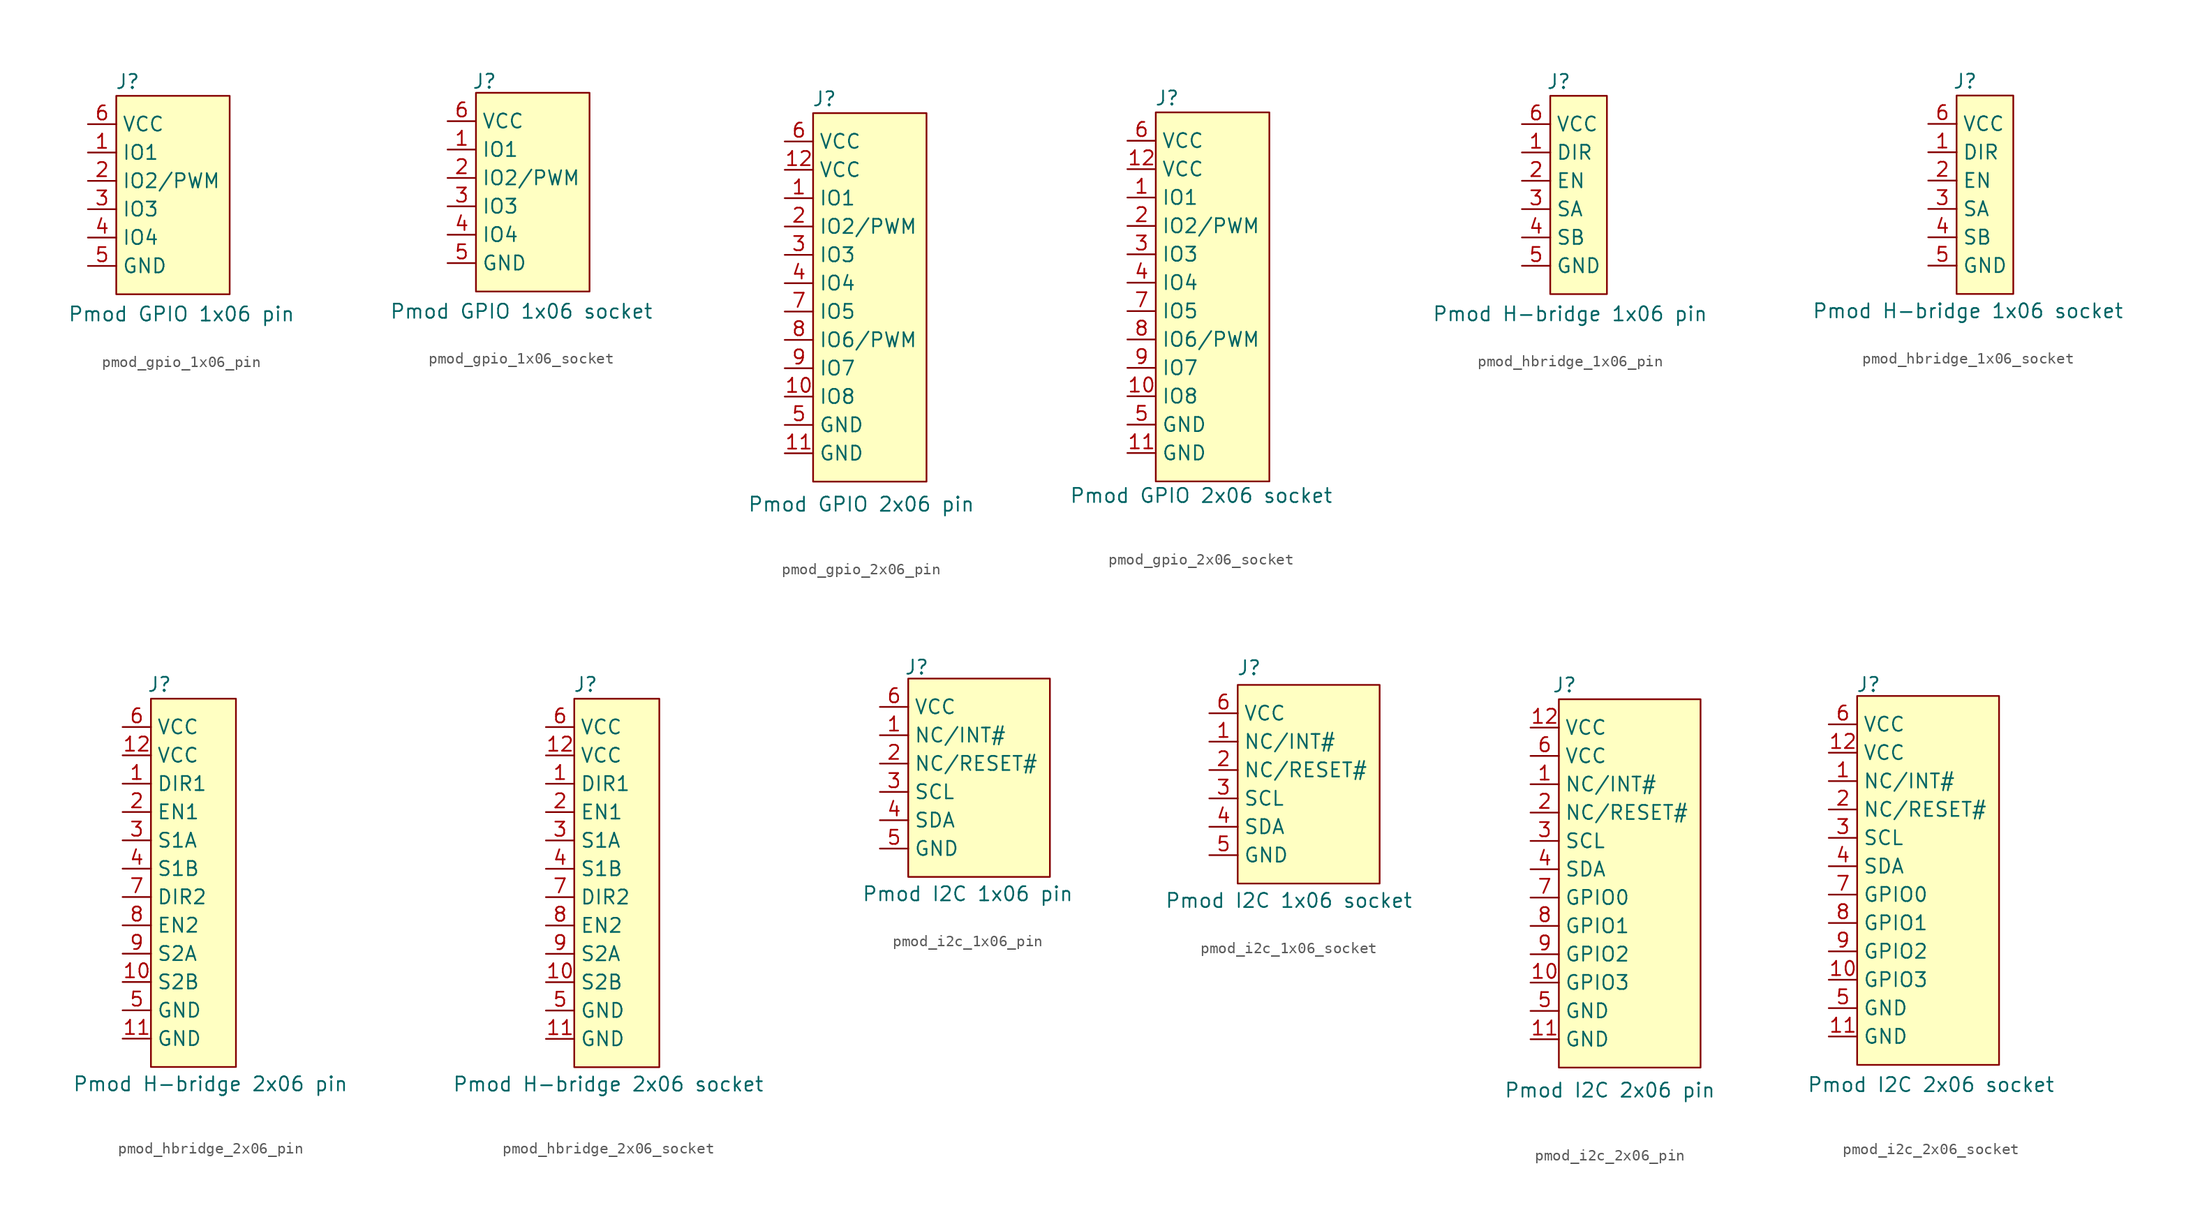
<source format=kicad_sym>
(kicad_symbol_lib
  (version 20241209)
  (generator "kicad_symbol_editor")
  (generator_version "9.0")
  (symbol "pmod_gpio_1x06_pin"
    (property "Reference" "J"
      (at 1.016 1.27 0)
      (effects (font (size 1.27 1.27))))
    (property "Value" "Pmod GPIO 1x06 pin"
      (at 5.842 -19.558 0)
      (effects (font (size 1.27 1.27))))
    (symbol "pmod_gpio_1x06_pin_1_1"
      (rectangle (start 0 0) (end 10.16 -17.78) (stroke (width 0) (type solid)) (fill (type background)))
      (pin power_in line (at -2.54 -2.54 0) (length 2.54) (name "VCC" (effects (font (size 1.27 1.27)))) (number "6" (effects (font (size 1.27 1.27)))))
      (pin bidirectional line (at -2.54 -5.08 0) (length 2.54) (name "IO1" (effects (font (size 1.27 1.27)))) (number "1" (effects (font (size 1.27 1.27)))))
      (pin bidirectional line (at -2.54 -7.62 0) (length 2.54) (name "IO2/PWM" (effects (font (size 1.27 1.27)))) (number "2" (effects (font (size 1.27 1.27)))))
      (pin bidirectional line (at -2.54 -10.16 0) (length 2.54) (name "IO3" (effects (font (size 1.27 1.27)))) (number "3" (effects (font (size 1.27 1.27)))))
      (pin bidirectional line (at -2.54 -12.7 0) (length 2.54) (name "IO4" (effects (font (size 1.27 1.27)))) (number "4" (effects (font (size 1.27 1.27)))))
      (pin power_in line (at -2.54 -15.24 0) (length 2.54) (name "GND" (effects (font (size 1.27 1.27)))) (number "5" (effects (font (size 1.27 1.27)))))))
  (symbol "pmod_gpio_1x06_socket"
    (property "Reference" "J"
      (at 0.762 1.016 0)
      (effects (font (size 1.27 1.27))))
    (property "Value" "Pmod GPIO 1x06 socket"
      (at 4.064 -19.558 0)
      (effects (font (size 1.27 1.27))))
    (symbol "pmod_gpio_1x06_socket_1_1"
      (rectangle (start 0 0) (end 10.16 -17.78) (stroke (width 0) (type solid)) (fill (type background)))
      (pin power_in line (at -2.54 -2.54 0) (length 2.54) (name "VCC" (effects (font (size 1.27 1.27)))) (number "6" (effects (font (size 1.27 1.27)))))
      (pin bidirectional line (at -2.54 -5.08 0) (length 2.54) (name "IO1" (effects (font (size 1.27 1.27)))) (number "1" (effects (font (size 1.27 1.27)))))
      (pin bidirectional line (at -2.54 -7.62 0) (length 2.54) (name "IO2/PWM" (effects (font (size 1.27 1.27)))) (number "2" (effects (font (size 1.27 1.27)))))
      (pin bidirectional line (at -2.54 -10.16 0) (length 2.54) (name "IO3" (effects (font (size 1.27 1.27)))) (number "3" (effects (font (size 1.27 1.27)))))
      (pin bidirectional line (at -2.54 -12.7 0) (length 2.54) (name "IO4" (effects (font (size 1.27 1.27)))) (number "4" (effects (font (size 1.27 1.27)))))
      (pin power_in line (at -2.54 -15.24 0) (length 2.54) (name "GND" (effects (font (size 1.27 1.27)))) (number "5" (effects (font (size 1.27 1.27)))))))
  (symbol "pmod_gpio_2x06_pin"
    (property "Reference" "J"
      (at 1.016 1.27 0)
      (effects (font (size 1.27 1.27))))
    (property "Value" "Pmod GPIO 2x06 pin"
      (at 4.318 -35.052 0)
      (effects (font (size 1.27 1.27))))
    (symbol "pmod_gpio_2x06_pin_1_1"
      (rectangle (start 0 0) (end 10.16 -33.02) (stroke (width 0) (type solid)) (fill (type background)))
      (pin power_in line (at -2.54 -2.54 0) (length 2.54) (name "VCC" (effects (font (size 1.27 1.27)))) (number "6" (effects (font (size 1.27 1.27)))))
      (pin power_in line (at -2.54 -5.08 0) (length 2.54) (name "VCC" (effects (font (size 1.27 1.27)))) (number "12" (effects (font (size 1.27 1.27)))))
      (pin bidirectional line (at -2.54 -7.62 0) (length 2.54) (name "IO1" (effects (font (size 1.27 1.27)))) (number "1" (effects (font (size 1.27 1.27)))))
      (pin bidirectional line (at -2.54 -10.16 0) (length 2.54) (name "IO2/PWM" (effects (font (size 1.27 1.27)))) (number "2" (effects (font (size 1.27 1.27)))))
      (pin bidirectional line (at -2.54 -12.7 0) (length 2.54) (name "IO3" (effects (font (size 1.27 1.27)))) (number "3" (effects (font (size 1.27 1.27)))))
      (pin bidirectional line (at -2.54 -15.24 0) (length 2.54) (name "IO4" (effects (font (size 1.27 1.27)))) (number "4" (effects (font (size 1.27 1.27)))))
      (pin bidirectional line (at -2.54 -17.78 0) (length 2.54) (name "IO5" (effects (font (size 1.27 1.27)))) (number "7" (effects (font (size 1.27 1.27)))))
      (pin bidirectional line (at -2.54 -20.32 0) (length 2.54) (name "IO6/PWM" (effects (font (size 1.27 1.27)))) (number "8" (effects (font (size 1.27 1.27)))))
      (pin bidirectional line (at -2.54 -22.86 0) (length 2.54) (name "IO7" (effects (font (size 1.27 1.27)))) (number "9" (effects (font (size 1.27 1.27)))))
      (pin bidirectional line (at -2.54 -25.4 0) (length 2.54) (name "IO8" (effects (font (size 1.27 1.27)))) (number "10" (effects (font (size 1.27 1.27)))))
      (pin power_in line (at -2.54 -27.94 0) (length 2.54) (name "GND" (effects (font (size 1.27 1.27)))) (number "5" (effects (font (size 1.27 1.27)))))
      (pin power_in line (at -2.54 -30.48 0) (length 2.54) (name "GND" (effects (font (size 1.27 1.27)))) (number "11" (effects (font (size 1.27 1.27)))))))
  (symbol "pmod_gpio_2x06_socket"
    (property "Reference" "J"
      (at 1.016 1.27 0)
      (effects (font (size 1.27 1.27))))
    (property "Value" "Pmod GPIO 2x06 socket"
      (at 4.064 -34.29 0)
      (effects (font (size 1.27 1.27))))
    (symbol "pmod_gpio_2x06_socket_1_1"
      (rectangle (start 0 0) (end 10.16 -33.02) (stroke (width 0) (type solid)) (fill (type background)))
      (pin power_in line (at -2.54 -2.54 0) (length 2.54) (name "VCC" (effects (font (size 1.27 1.27)))) (number "6" (effects (font (size 1.27 1.27)))))
      (pin power_in line (at -2.54 -5.08 0) (length 2.54) (name "VCC" (effects (font (size 1.27 1.27)))) (number "12" (effects (font (size 1.27 1.27)))))
      (pin bidirectional line (at -2.54 -7.62 0) (length 2.54) (name "IO1" (effects (font (size 1.27 1.27)))) (number "1" (effects (font (size 1.27 1.27)))))
      (pin bidirectional line (at -2.54 -10.16 0) (length 2.54) (name "IO2/PWM" (effects (font (size 1.27 1.27)))) (number "2" (effects (font (size 1.27 1.27)))))
      (pin bidirectional line (at -2.54 -12.7 0) (length 2.54) (name "IO3" (effects (font (size 1.27 1.27)))) (number "3" (effects (font (size 1.27 1.27)))))
      (pin bidirectional line (at -2.54 -15.24 0) (length 2.54) (name "IO4" (effects (font (size 1.27 1.27)))) (number "4" (effects (font (size 1.27 1.27)))))
      (pin bidirectional line (at -2.54 -17.78 0) (length 2.54) (name "IO5" (effects (font (size 1.27 1.27)))) (number "7" (effects (font (size 1.27 1.27)))))
      (pin bidirectional line (at -2.54 -20.32 0) (length 2.54) (name "IO6/PWM" (effects (font (size 1.27 1.27)))) (number "8" (effects (font (size 1.27 1.27)))))
      (pin bidirectional line (at -2.54 -22.86 0) (length 2.54) (name "IO7" (effects (font (size 1.27 1.27)))) (number "9" (effects (font (size 1.27 1.27)))))
      (pin bidirectional line (at -2.54 -25.4 0) (length 2.54) (name "IO8" (effects (font (size 1.27 1.27)))) (number "10" (effects (font (size 1.27 1.27)))))
      (pin power_in line (at -2.54 -27.94 0) (length 2.54) (name "GND" (effects (font (size 1.27 1.27)))) (number "5" (effects (font (size 1.27 1.27)))))
      (pin power_in line (at -2.54 -30.48 0) (length 2.54) (name "GND" (effects (font (size 1.27 1.27)))) (number "11" (effects (font (size 1.27 1.27)))))))
  (symbol "pmod_hbridge_1x06_pin"
    (property "Reference" "J"
      (at 0.762 1.27 0)
      (effects (font (size 1.27 1.27))))
    (property "Value" "Pmod H-bridge 1x06 pin"
      (at 1.778 -19.558 0)
      (effects (font (size 1.27 1.27))))
    (symbol "pmod_hbridge_1x06_pin_1_1"
      (rectangle (start 0 0) (end 5.08 -17.78) (stroke (width 0) (type solid)) (fill (type background)))
      (pin power_in line (at -2.54 -2.54 0) (length 2.54) (name "VCC" (effects (font (size 1.27 1.27)))) (number "6" (effects (font (size 1.27 1.27)))))
      (pin output line (at -2.54 -5.08 0) (length 2.54) (name "DIR" (effects (font (size 1.27 1.27)))) (number "1" (effects (font (size 1.27 1.27)))))
      (pin output line (at -2.54 -7.62 0) (length 2.54) (name "EN" (effects (font (size 1.27 1.27)))) (number "2" (effects (font (size 1.27 1.27)))))
      (pin input line (at -2.54 -10.16 0) (length 2.54) (name "SA" (effects (font (size 1.27 1.27)))) (number "3" (effects (font (size 1.27 1.27)))))
      (pin input line (at -2.54 -12.7 0) (length 2.54) (name "SB" (effects (font (size 1.27 1.27)))) (number "4" (effects (font (size 1.27 1.27)))))
      (pin power_in line (at -2.54 -15.24 0) (length 2.54) (name "GND" (effects (font (size 1.27 1.27)))) (number "5" (effects (font (size 1.27 1.27)))))))
  (symbol "pmod_hbridge_1x06_socket"
    (property "Reference" "J"
      (at 0.762 1.27 0)
      (effects (font (size 1.27 1.27))))
    (property "Value" "Pmod H-bridge 1x06 socket"
      (at 1.016 -19.304 0)
      (effects (font (size 1.27 1.27))))
    (symbol "pmod_hbridge_1x06_socket_1_1"
      (rectangle (start 0 0) (end 5.08 -17.78) (stroke (width 0) (type solid)) (fill (type background)))
      (pin power_in line (at -2.54 -2.54 0) (length 2.54) (name "VCC" (effects (font (size 1.27 1.27)))) (number "6" (effects (font (size 1.27 1.27)))))
      (pin input line (at -2.54 -5.08 0) (length 2.54) (name "DIR" (effects (font (size 1.27 1.27)))) (number "1" (effects (font (size 1.27 1.27)))))
      (pin input line (at -2.54 -7.62 0) (length 2.54) (name "EN" (effects (font (size 1.27 1.27)))) (number "2" (effects (font (size 1.27 1.27)))))
      (pin output line (at -2.54 -10.16 0) (length 2.54) (name "SA" (effects (font (size 1.27 1.27)))) (number "3" (effects (font (size 1.27 1.27)))))
      (pin output line (at -2.54 -12.7 0) (length 2.54) (name "SB" (effects (font (size 1.27 1.27)))) (number "4" (effects (font (size 1.27 1.27)))))
      (pin power_in line (at -2.54 -15.24 0) (length 2.54) (name "GND" (effects (font (size 1.27 1.27)))) (number "5" (effects (font (size 1.27 1.27)))))))
  (symbol "pmod_hbridge_2x06_pin"
    (property "Reference" "J"
      (at 0.762 1.27 0)
      (effects (font (size 1.27 1.27))))
    (property "Value" "Pmod H-bridge 2x06 pin"
      (at 5.334 -34.544 0)
      (effects (font (size 1.27 1.27))))
    (symbol "pmod_hbridge_2x06_pin_1_1"
      (rectangle (start 0 0) (end 7.62 -33.02) (stroke (width 0) (type solid)) (fill (type background)))
      (pin power_in line (at -2.54 -2.54 0) (length 2.54) (name "VCC" (effects (font (size 1.27 1.27)))) (number "6" (effects (font (size 1.27 1.27)))))
      (pin power_in line (at -2.54 -5.08 0) (length 2.54) (name "VCC" (effects (font (size 1.27 1.27)))) (number "12" (effects (font (size 1.27 1.27)))))
      (pin output line (at -2.54 -7.62 0) (length 2.54) (name "DIR1" (effects (font (size 1.27 1.27)))) (number "1" (effects (font (size 1.27 1.27)))))
      (pin output line (at -2.54 -10.16 0) (length 2.54) (name "EN1" (effects (font (size 1.27 1.27)))) (number "2" (effects (font (size 1.27 1.27)))))
      (pin input line (at -2.54 -12.7 0) (length 2.54) (name "S1A" (effects (font (size 1.27 1.27)))) (number "3" (effects (font (size 1.27 1.27)))))
      (pin input line (at -2.54 -15.24 0) (length 2.54) (name "S1B" (effects (font (size 1.27 1.27)))) (number "4" (effects (font (size 1.27 1.27)))))
      (pin output line (at -2.54 -17.78 0) (length 2.54) (name "DIR2" (effects (font (size 1.27 1.27)))) (number "7" (effects (font (size 1.27 1.27)))))
      (pin output line (at -2.54 -20.32 0) (length 2.54) (name "EN2" (effects (font (size 1.27 1.27)))) (number "8" (effects (font (size 1.27 1.27)))))
      (pin input line (at -2.54 -22.86 0) (length 2.54) (name "S2A" (effects (font (size 1.27 1.27)))) (number "9" (effects (font (size 1.27 1.27)))))
      (pin input line (at -2.54 -25.4 0) (length 2.54) (name "S2B" (effects (font (size 1.27 1.27)))) (number "10" (effects (font (size 1.27 1.27)))))
      (pin power_in line (at -2.54 -27.94 0) (length 2.54) (name "GND" (effects (font (size 1.27 1.27)))) (number "5" (effects (font (size 1.27 1.27)))))
      (pin power_in line (at -2.54 -30.48 0) (length 2.54) (name "GND" (effects (font (size 1.27 1.27)))) (number "11" (effects (font (size 1.27 1.27)))))))
  (symbol "pmod_hbridge_2x06_socket"
    (property "Reference" "J"
      (at 1.016 1.27 0)
      (effects (font (size 1.27 1.27))))
    (property "Value" "Pmod H-bridge 2x06 socket"
      (at 3.048 -34.544 0)
      (effects (font (size 1.27 1.27))))
    (symbol "pmod_hbridge_2x06_socket_1_1"
      (rectangle (start 0 0) (end 7.62 -33.02) (stroke (width 0) (type solid)) (fill (type background)))
      (pin power_in line (at -2.54 -2.54 0) (length 2.54) (name "VCC" (effects (font (size 1.27 1.27)))) (number "6" (effects (font (size 1.27 1.27)))))
      (pin power_in line (at -2.54 -5.08 0) (length 2.54) (name "VCC" (effects (font (size 1.27 1.27)))) (number "12" (effects (font (size 1.27 1.27)))))
      (pin input line (at -2.54 -7.62 0) (length 2.54) (name "DIR1" (effects (font (size 1.27 1.27)))) (number "1" (effects (font (size 1.27 1.27)))))
      (pin input line (at -2.54 -10.16 0) (length 2.54) (name "EN1" (effects (font (size 1.27 1.27)))) (number "2" (effects (font (size 1.27 1.27)))))
      (pin output line (at -2.54 -12.7 0) (length 2.54) (name "S1A" (effects (font (size 1.27 1.27)))) (number "3" (effects (font (size 1.27 1.27)))))
      (pin output line (at -2.54 -15.24 0) (length 2.54) (name "S1B" (effects (font (size 1.27 1.27)))) (number "4" (effects (font (size 1.27 1.27)))))
      (pin input line (at -2.54 -17.78 0) (length 2.54) (name "DIR2" (effects (font (size 1.27 1.27)))) (number "7" (effects (font (size 1.27 1.27)))))
      (pin input line (at -2.54 -20.32 0) (length 2.54) (name "EN2" (effects (font (size 1.27 1.27)))) (number "8" (effects (font (size 1.27 1.27)))))
      (pin output line (at -2.54 -22.86 0) (length 2.54) (name "S2A" (effects (font (size 1.27 1.27)))) (number "9" (effects (font (size 1.27 1.27)))))
      (pin output line (at -2.54 -25.4 0) (length 2.54) (name "S2B" (effects (font (size 1.27 1.27)))) (number "10" (effects (font (size 1.27 1.27)))))
      (pin power_in line (at -2.54 -27.94 0) (length 2.54) (name "GND" (effects (font (size 1.27 1.27)))) (number "5" (effects (font (size 1.27 1.27)))))
      (pin power_in line (at -2.54 -30.48 0) (length 2.54) (name "GND" (effects (font (size 1.27 1.27)))) (number "11" (effects (font (size 1.27 1.27)))))))
  (symbol "pmod_i2c_1x06_pin"
    (property "Reference" "J"
      (at 0.762 1.016 0)
      (effects (font (size 1.27 1.27))))
    (property "Value" "Pmod I2C 1x06 pin"
      (at 5.334 -19.304 0)
      (effects (font (size 1.27 1.27))))
    (symbol "pmod_i2c_1x06_pin_1_1"
      (rectangle (start 0 0) (end 12.7 -17.78) (stroke (width 0) (type solid)) (fill (type background)))
      (pin power_in line (at -2.54 -2.54 0) (length 2.54) (name "VCC" (effects (font (size 1.27 1.27)))) (number "6" (effects (font (size 1.27 1.27)))))
      (pin input line (at -2.54 -5.08 0) (length 2.54) (name "NC/INT#" (effects (font (size 1.27 1.27)))) (number "1" (effects (font (size 1.27 1.27)))))
      (pin output line (at -2.54 -7.62 0) (length 2.54) (name "NC/RESET#" (effects (font (size 1.27 1.27)))) (number "2" (effects (font (size 1.27 1.27)))))
      (pin bidirectional line (at -2.54 -10.16 0) (length 2.54) (name "SCL" (effects (font (size 1.27 1.27)))) (number "3" (effects (font (size 1.27 1.27)))))
      (pin bidirectional line (at -2.54 -12.7 0) (length 2.54) (name "SDA" (effects (font (size 1.27 1.27)))) (number "4" (effects (font (size 1.27 1.27)))))
      (pin power_in line (at -2.54 -15.24 0) (length 2.54) (name "GND" (effects (font (size 1.27 1.27)))) (number "5" (effects (font (size 1.27 1.27)))))))
  (symbol "pmod_i2c_1x06_socket"
    (property "Reference" "J"
      (at 1.016 1.524 0)
      (effects (font (size 1.27 1.27))))
    (property "Value" "Pmod I2C 1x06 socket"
      (at 4.572 -19.304 0)
      (effects (font (size 1.27 1.27))))
    (symbol "pmod_i2c_1x06_socket_1_1"
      (rectangle (start 0 0) (end 12.7 -17.78) (stroke (width 0) (type solid)) (fill (type background)))
      (pin power_in line (at -2.54 -2.54 0) (length 2.54) (name "VCC" (effects (font (size 1.27 1.27)))) (number "6" (effects (font (size 1.27 1.27)))))
      (pin output line (at -2.54 -5.08 0) (length 2.54) (name "NC/INT#" (effects (font (size 1.27 1.27)))) (number "1" (effects (font (size 1.27 1.27)))))
      (pin input line (at -2.54 -7.62 0) (length 2.54) (name "NC/RESET#" (effects (font (size 1.27 1.27)))) (number "2" (effects (font (size 1.27 1.27)))))
      (pin bidirectional line (at -2.54 -10.16 0) (length 2.54) (name "SCL" (effects (font (size 1.27 1.27)))) (number "3" (effects (font (size 1.27 1.27)))))
      (pin bidirectional line (at -2.54 -12.7 0) (length 2.54) (name "SDA" (effects (font (size 1.27 1.27)))) (number "4" (effects (font (size 1.27 1.27)))))
      (pin power_in line (at -2.54 -15.24 0) (length 2.54) (name "GND" (effects (font (size 1.27 1.27)))) (number "5" (effects (font (size 1.27 1.27)))))))
  (symbol "pmod_i2c_2x06_pin"
    (property "Reference" "J"
      (at 0.508 1.27 0)
      (effects (font (size 1.27 1.27))))
    (property "Value" "Pmod I2C 2x06 pin"
      (at 4.572 -35.052 0)
      (effects (font (size 1.27 1.27))))
    (symbol "pmod_i2c_2x06_pin_1_1"
      (rectangle (start 0 0) (end 12.7 -33.02) (stroke (width 0) (type solid)) (fill (type background)))
      (pin power_in line (at -2.54 -2.54 0) (length 2.54) (name "VCC" (effects (font (size 1.27 1.27)))) (number "12" (effects (font (size 1.27 1.27)))))
      (pin power_in line (at -2.54 -5.08 0) (length 2.54) (name "VCC" (effects (font (size 1.27 1.27)))) (number "6" (effects (font (size 1.27 1.27)))))
      (pin input line (at -2.54 -7.62 0) (length 2.54) (name "NC/INT#" (effects (font (size 1.27 1.27)))) (number "1" (effects (font (size 1.27 1.27)))))
      (pin output line (at -2.54 -10.16 0) (length 2.54) (name "NC/RESET#" (effects (font (size 1.27 1.27)))) (number "2" (effects (font (size 1.27 1.27)))))
      (pin bidirectional line (at -2.54 -12.7 0) (length 2.54) (name "SCL" (effects (font (size 1.27 1.27)))) (number "3" (effects (font (size 1.27 1.27)))))
      (pin bidirectional line (at -2.54 -15.24 0) (length 2.54) (name "SDA" (effects (font (size 1.27 1.27)))) (number "4" (effects (font (size 1.27 1.27)))))
      (pin bidirectional line (at -2.54 -17.78 0) (length 2.54) (name "GPIO0" (effects (font (size 1.27 1.27)))) (number "7" (effects (font (size 1.27 1.27)))))
      (pin bidirectional line (at -2.54 -20.32 0) (length 2.54) (name "GPIO1" (effects (font (size 1.27 1.27)))) (number "8" (effects (font (size 1.27 1.27)))))
      (pin bidirectional line (at -2.54 -22.86 0) (length 2.54) (name "GPIO2" (effects (font (size 1.27 1.27)))) (number "9" (effects (font (size 1.27 1.27)))))
      (pin bidirectional line (at -2.54 -25.4 0) (length 2.54) (name "GPIO3" (effects (font (size 1.27 1.27)))) (number "10" (effects (font (size 1.27 1.27)))))
      (pin power_in line (at -2.54 -27.94 0) (length 2.54) (name "GND" (effects (font (size 1.27 1.27)))) (number "5" (effects (font (size 1.27 1.27)))))
      (pin power_in line (at -2.54 -30.48 0) (length 2.54) (name "GND" (effects (font (size 1.27 1.27)))) (number "11" (effects (font (size 1.27 1.27)))))))
  (symbol "pmod_i2c_2x06_socket"
    (property "Reference" "J"
      (at 1.016 1.016 0)
      (effects (font (size 1.27 1.27))))
    (property "Value" "Pmod I2C 2x06 socket"
      (at 6.604 -34.798 0)
      (effects (font (size 1.27 1.27))))
    (symbol "pmod_i2c_2x06_socket_1_1"
      (rectangle (start 0 0) (end 12.7 -33.02) (stroke (width 0) (type solid)) (fill (type background)))
      (pin power_in line (at -2.54 -2.54 0) (length 2.54) (name "VCC" (effects (font (size 1.27 1.27)))) (number "6" (effects (font (size 1.27 1.27)))))
      (pin power_in line (at -2.54 -5.08 0) (length 2.54) (name "VCC" (effects (font (size 1.27 1.27)))) (number "12" (effects (font (size 1.27 1.27)))))
      (pin output line (at -2.54 -7.62 0) (length 2.54) (name "NC/INT#" (effects (font (size 1.27 1.27)))) (number "1" (effects (font (size 1.27 1.27)))))
      (pin input line (at -2.54 -10.16 0) (length 2.54) (name "NC/RESET#" (effects (font (size 1.27 1.27)))) (number "2" (effects (font (size 1.27 1.27)))))
      (pin bidirectional line (at -2.54 -12.7 0) (length 2.54) (name "SCL" (effects (font (size 1.27 1.27)))) (number "3" (effects (font (size 1.27 1.27)))))
      (pin bidirectional line (at -2.54 -15.24 0) (length 2.54) (name "SDA" (effects (font (size 1.27 1.27)))) (number "4" (effects (font (size 1.27 1.27)))))
      (pin bidirectional line (at -2.54 -17.78 0) (length 2.54) (name "GPIO0" (effects (font (size 1.27 1.27)))) (number "7" (effects (font (size 1.27 1.27)))))
      (pin bidirectional line (at -2.54 -20.32 0) (length 2.54) (name "GPIO1" (effects (font (size 1.27 1.27)))) (number "8" (effects (font (size 1.27 1.27)))))
      (pin bidirectional line (at -2.54 -22.86 0) (length 2.54) (name "GPIO2" (effects (font (size 1.27 1.27)))) (number "9" (effects (font (size 1.27 1.27)))))
      (pin bidirectional line (at -2.54 -25.4 0) (length 2.54) (name "GPIO3" (effects (font (size 1.27 1.27)))) (number "10" (effects (font (size 1.27 1.27)))))
      (pin power_in line (at -2.54 -27.94 0) (length 2.54) (name "GND" (effects (font (size 1.27 1.27)))) (number "5" (effects (font (size 1.27 1.27)))))
      (pin power_in line (at -2.54 -30.48 0) (length 2.54) (name "GND" (effects (font (size 1.27 1.27)))) (number "11" (effects (font (size 1.27 1.27))))))))
</source>
